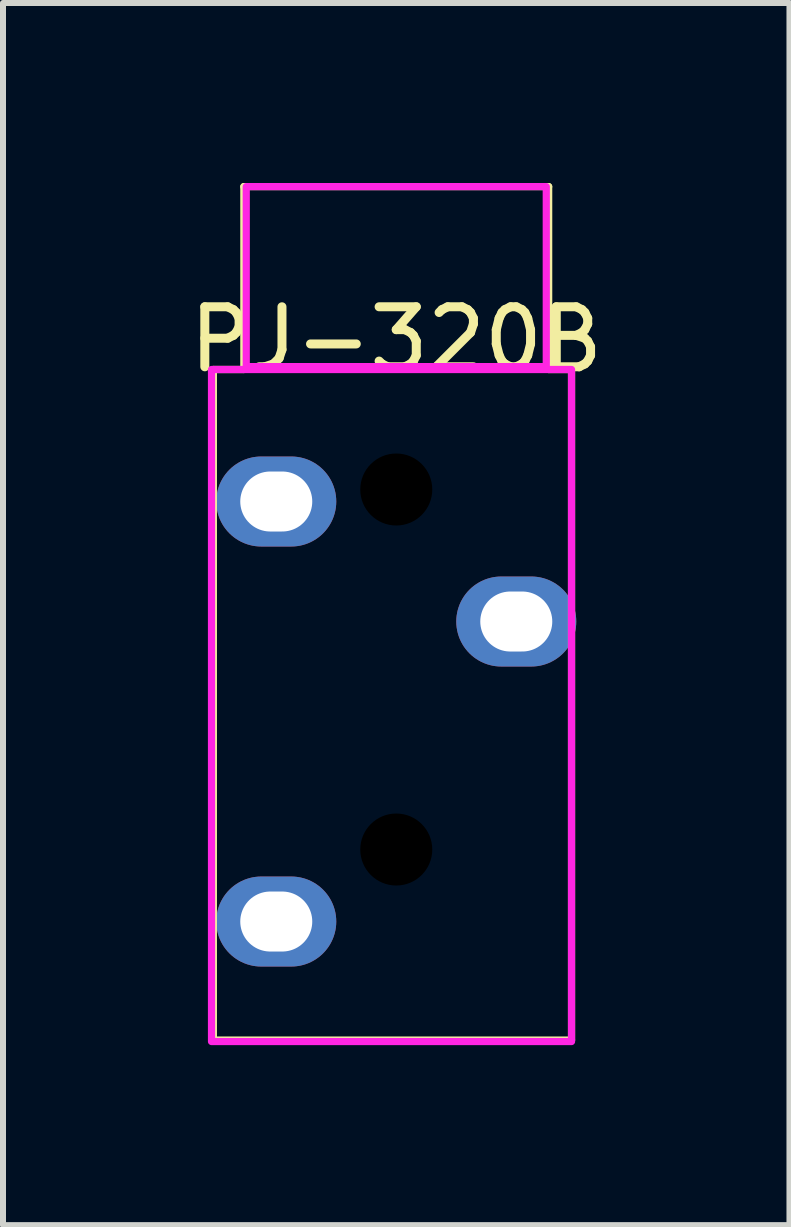
<source format=kicad_pcb>
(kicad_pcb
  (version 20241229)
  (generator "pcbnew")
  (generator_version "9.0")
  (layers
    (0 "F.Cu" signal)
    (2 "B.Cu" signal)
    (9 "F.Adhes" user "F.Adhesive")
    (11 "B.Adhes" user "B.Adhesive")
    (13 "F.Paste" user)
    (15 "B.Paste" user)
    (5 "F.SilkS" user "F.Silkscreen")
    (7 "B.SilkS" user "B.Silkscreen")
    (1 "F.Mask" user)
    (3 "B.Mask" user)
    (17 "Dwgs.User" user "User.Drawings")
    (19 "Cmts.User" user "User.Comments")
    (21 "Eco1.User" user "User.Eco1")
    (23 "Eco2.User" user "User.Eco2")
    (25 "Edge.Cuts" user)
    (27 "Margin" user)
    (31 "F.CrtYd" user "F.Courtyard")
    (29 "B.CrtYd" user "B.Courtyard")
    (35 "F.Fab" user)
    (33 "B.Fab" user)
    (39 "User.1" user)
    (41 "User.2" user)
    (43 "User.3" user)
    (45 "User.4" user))
  (footprint "PJ-320B"
    (layer "F.Cu")
    (at 3.554 3.108)
    (property "Reference" "PJ-320B" (at 0 -0.5 0) (unlocked yes) (layer "F.SilkS") (effects (font (size 1 1) (thickness 0.15))))
    (attr through_hole)
    (fp_line (start -3.048 0) (end -2.54 0) (stroke (width 0.12) (type solid)) (layer "F.SilkS"))
    (fp_line (start -3.048 11.176) (end -3.048 0) (stroke (width 0.12) (type solid)) (layer "F.SilkS"))
    (fp_line (start -2.54 -3.048) (end 2.54 -3.048) (stroke (width 0.12) (type solid)) (layer "F.SilkS"))
    (fp_line (start -2.54 0) (end -2.54 -3.048) (stroke (width 0.12) (type solid)) (layer "F.SilkS"))
    (fp_line (start 2.54 -3.048) (end 2.54 0) (stroke (width 0.12) (type solid)) (layer "F.SilkS"))
    (fp_line (start 2.54 0) (end 2.921 0) (stroke (width 0.12) (type solid)) (layer "F.SilkS"))
    (fp_line (start 2.921 0) (end 2.921 11.176) (stroke (width 0.12) (type solid)) (layer "F.SilkS"))
    (fp_line (start 2.921 11.176) (end -3.048 11.176) (stroke (width 0.12) (type solid)) (layer "F.SilkS"))
    (fp_rect (start -3.079 11.2) (end 2.921 0) (stroke (width 0.12) (type solid)) (fill no) (layer "F.CrtYd"))
    (fp_rect (start -2.5 -3.048) (end 2.5 -0.048) (stroke (width 0.12) (type solid)) (fill no) (layer "F.CrtYd"))
    (pad "" np_thru_hole circle (at 0 2) (size 1.524 1.524) (drill 1.2) (layers "*.Mask"))
    (pad "" np_thru_hole circle (at 0 8) (size 1.524 1.524) (drill 1.2) (layers "*.Mask"))
    (pad "R" thru_hole oval (at 2 4.2) (size 2 1.5) (drill oval 1.2 1) (layers "*.Cu" "*.Mask"))
    (pad "S" thru_hole oval (at -2 2.2) (size 2 1.5) (drill oval 1.2 1) (layers "*.Cu" "*.Mask"))
    (pad "T" thru_hole oval (at -2 9.2) (size 2 1.5) (drill oval 1.2 1) (layers "*.Cu" "*.Mask")))
  (gr_rect
    (start -3 -3)
    (end 10.107 17.368)
    (stroke (width 0.1) (type default))
    (fill no)
    (layer "Edge.Cuts")))
</source>
